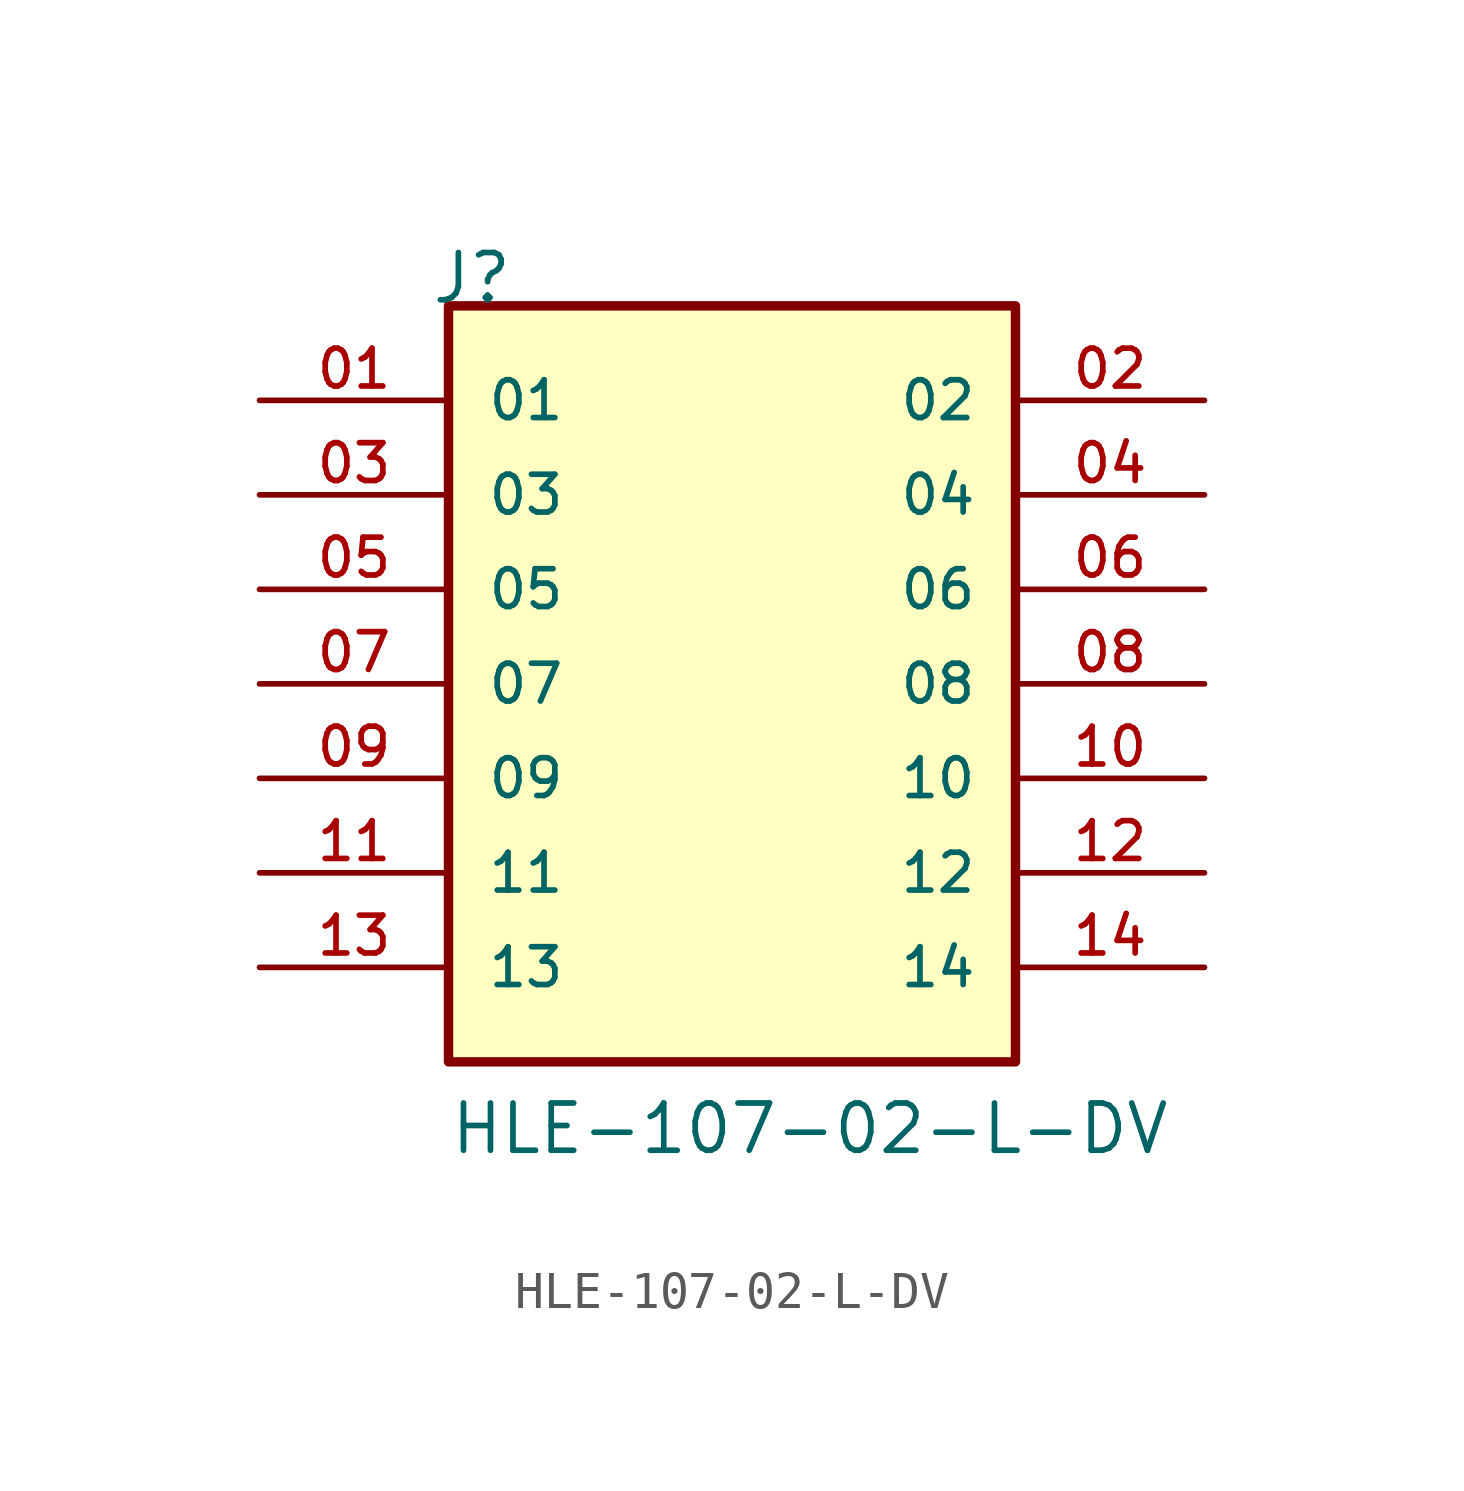
<source format=kicad_sym>
(kicad_symbol_lib
  (version 20211014)
  (generator kicad_symbol_editor)
  (symbol "HLE-107-02-L-DV"
    (pin_names
      (offset 1.016))
    (property "Reference" "J"
      (at -8.12 10.16 0)
      (effects (font (size 1.27 1.27)) (justify bottom left)))
    (property "Value" "HLE-107-02-L-DV"
      (at -7.62 -12.7 0)
      (effects (font (size 1.27 1.27)) (justify bottom left)))
    (symbol "HLE-107-02-L-DV_0_0"
      (rectangle (start -7.62 -10.16) (end 7.62 10.16) (stroke (width 0.254)) (fill (type background)))
      (pin passive line (at -12.7 7.62 0) (length 5.08) (name "01" (effects (font (size 1.016 1.016)))) (number "01" (effects (font (size 1.016 1.016)))))
      (pin passive line (at 12.7 7.62 180.0) (length 5.08) (name "02" (effects (font (size 1.016 1.016)))) (number "02" (effects (font (size 1.016 1.016)))))
      (pin passive line (at -12.7 5.08 0) (length 5.08) (name "03" (effects (font (size 1.016 1.016)))) (number "03" (effects (font (size 1.016 1.016)))))
      (pin passive line (at 12.7 5.08 180.0) (length 5.08) (name "04" (effects (font (size 1.016 1.016)))) (number "04" (effects (font (size 1.016 1.016)))))
      (pin passive line (at -12.7 2.54 0) (length 5.08) (name "05" (effects (font (size 1.016 1.016)))) (number "05" (effects (font (size 1.016 1.016)))))
      (pin passive line (at 12.7 2.54 180.0) (length 5.08) (name "06" (effects (font (size 1.016 1.016)))) (number "06" (effects (font (size 1.016 1.016)))))
      (pin passive line (at -12.7 0.0 0) (length 5.08) (name "07" (effects (font (size 1.016 1.016)))) (number "07" (effects (font (size 1.016 1.016)))))
      (pin passive line (at 12.7 0.0 180.0) (length 5.08) (name "08" (effects (font (size 1.016 1.016)))) (number "08" (effects (font (size 1.016 1.016)))))
      (pin passive line (at -12.7 -2.54 0) (length 5.08) (name "09" (effects (font (size 1.016 1.016)))) (number "09" (effects (font (size 1.016 1.016)))))
      (pin passive line (at 12.7 -2.54 180.0) (length 5.08) (name "10" (effects (font (size 1.016 1.016)))) (number "10" (effects (font (size 1.016 1.016)))))
      (pin passive line (at -12.7 -5.08 0) (length 5.08) (name "11" (effects (font (size 1.016 1.016)))) (number "11" (effects (font (size 1.016 1.016)))))
      (pin passive line (at 12.7 -5.08 180.0) (length 5.08) (name "12" (effects (font (size 1.016 1.016)))) (number "12" (effects (font (size 1.016 1.016)))))
      (pin passive line (at -12.7 -7.62 0) (length 5.08) (name "13" (effects (font (size 1.016 1.016)))) (number "13" (effects (font (size 1.016 1.016)))))
      (pin passive line (at 12.7 -7.62 180.0) (length 5.08) (name "14" (effects (font (size 1.016 1.016)))) (number "14" (effects (font (size 1.016 1.016))))))))
</source>
